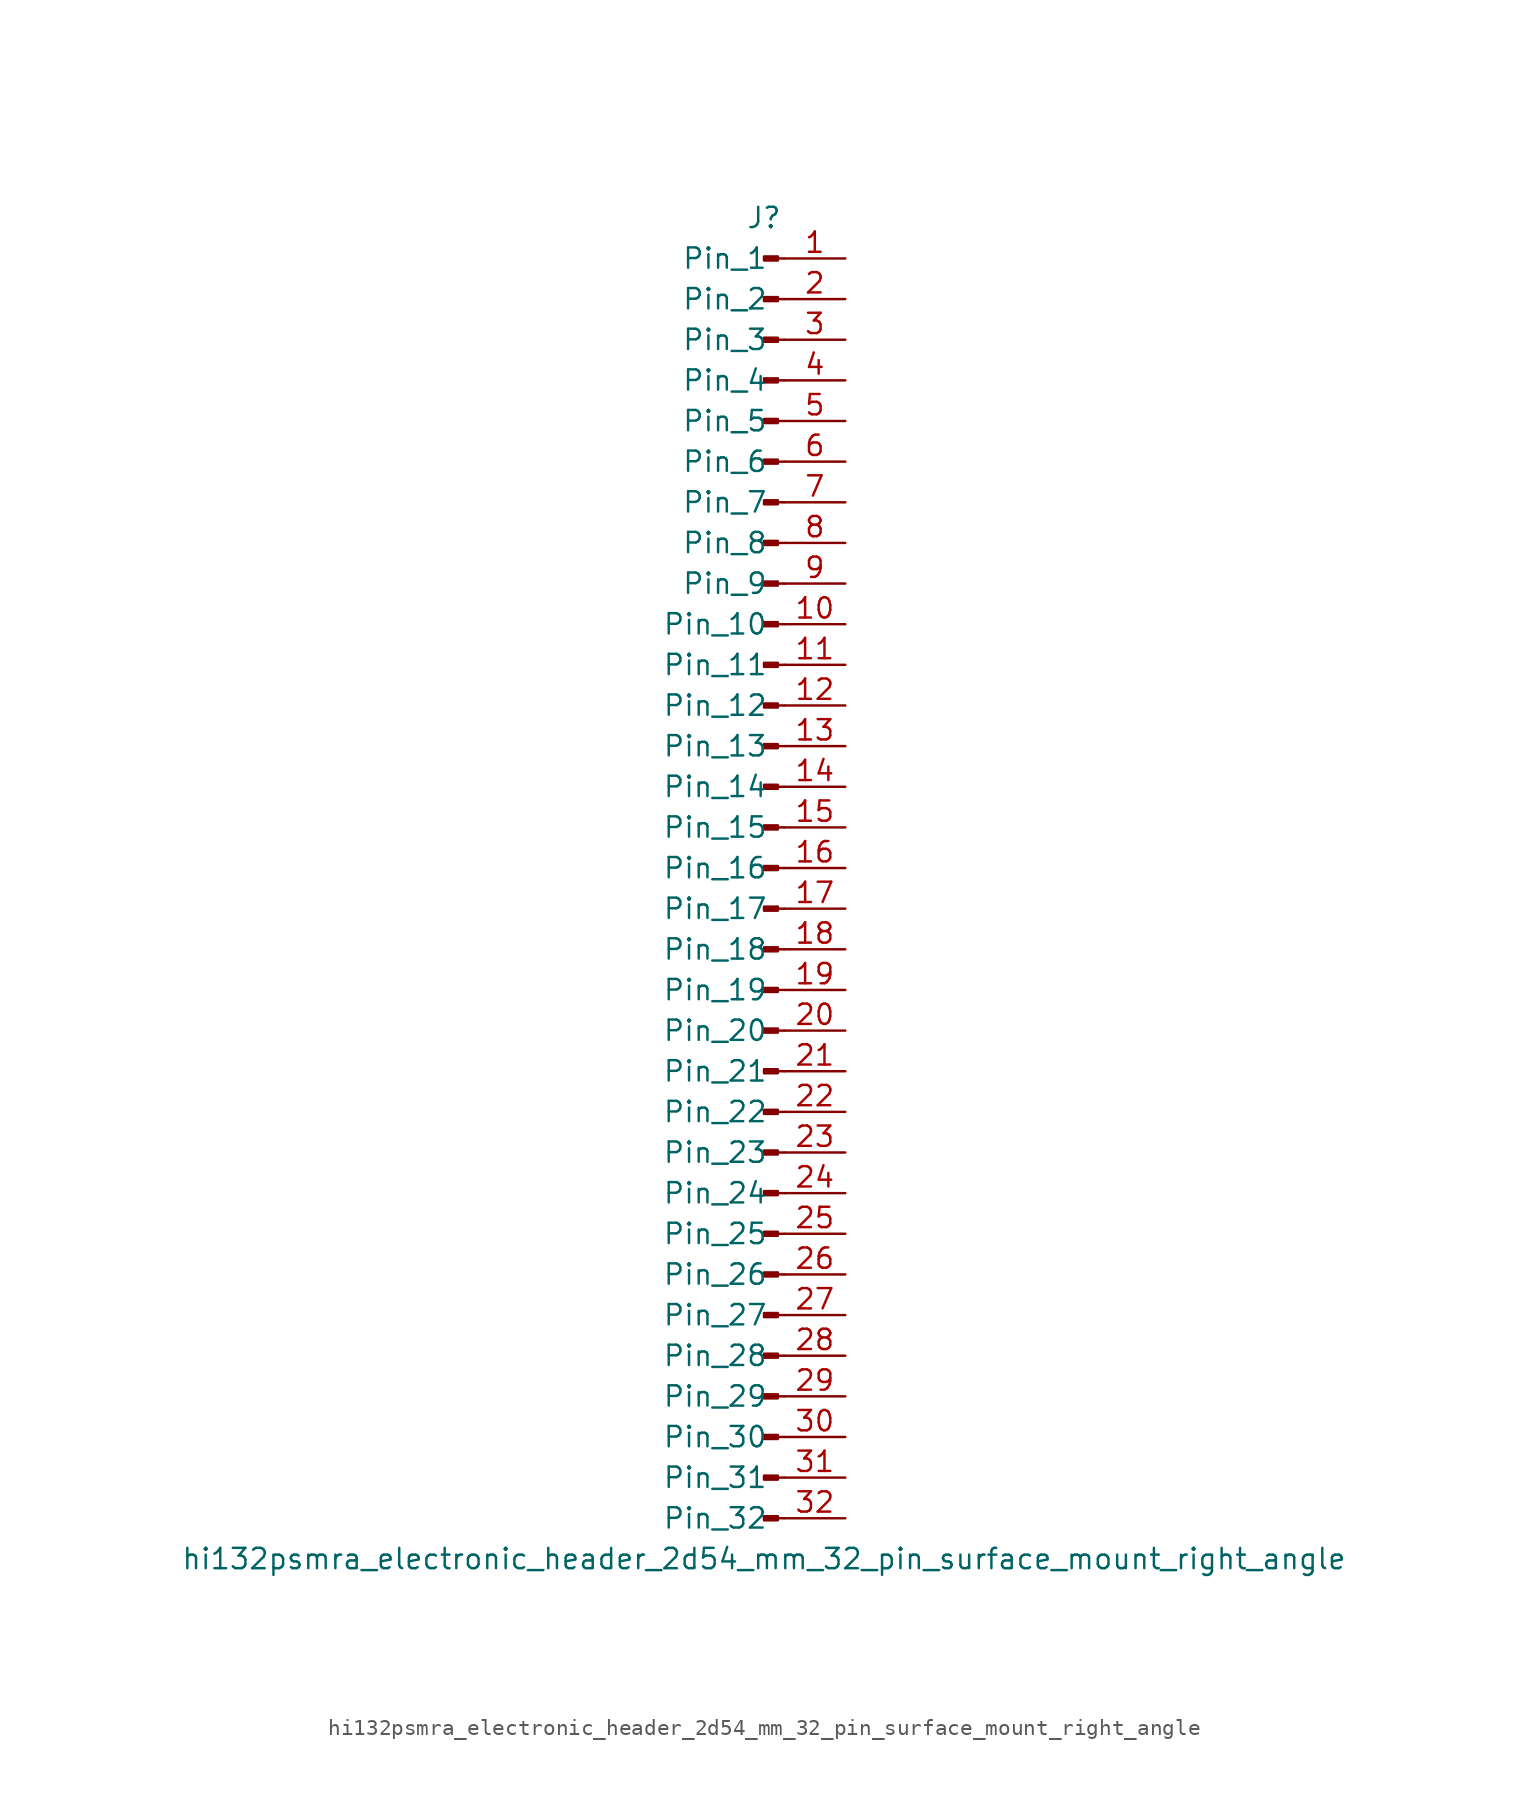
<source format=kicad_sym>
(kicad_symbol_lib
  (version 20220914)
  (generator kicad_symbol_editor)
  (symbol "hi132psmra_electronic_header_2d54_mm_32_pin_surface_mount_right_angle"
    (pin_names
      (offset 1.016))
    (property "Reference" "J"
      (at 0 40.64 0)
      (effects (font (size 1.27 1.27))))
    (property "Value" "hi132psmra_electronic_header_2d54_mm_32_pin_surface_mount_right_angle"
      (at 0 -43.18 0)
      (effects (font (size 1.27 1.27))))
    (property "ki_locked" ""
      (at 0 0 0)
      (effects (font (size 1.27 1.27))))
    (symbol "hi132psmra_electronic_header_2d54_mm_32_pin_surface_mount_right_angle_1_1"
      (polyline (pts (xy 1.27 -40.64) (xy 0.864 -40.64)) (stroke (width 0.152) (type default)) (fill (type none)))
      (polyline (pts (xy 1.27 -38.1) (xy 0.864 -38.1)) (stroke (width 0.152) (type default)) (fill (type none)))
      (polyline (pts (xy 1.27 -35.56) (xy 0.864 -35.56)) (stroke (width 0.152) (type default)) (fill (type none)))
      (polyline (pts (xy 1.27 -33.02) (xy 0.864 -33.02)) (stroke (width 0.152) (type default)) (fill (type none)))
      (polyline (pts (xy 1.27 -30.48) (xy 0.864 -30.48)) (stroke (width 0.152) (type default)) (fill (type none)))
      (polyline (pts (xy 1.27 -27.94) (xy 0.864 -27.94)) (stroke (width 0.152) (type default)) (fill (type none)))
      (polyline (pts (xy 1.27 -25.4) (xy 0.864 -25.4)) (stroke (width 0.152) (type default)) (fill (type none)))
      (polyline (pts (xy 1.27 -22.86) (xy 0.864 -22.86)) (stroke (width 0.152) (type default)) (fill (type none)))
      (polyline (pts (xy 1.27 -20.32) (xy 0.864 -20.32)) (stroke (width 0.152) (type default)) (fill (type none)))
      (polyline (pts (xy 1.27 -17.78) (xy 0.864 -17.78)) (stroke (width 0.152) (type default)) (fill (type none)))
      (polyline (pts (xy 1.27 -15.24) (xy 0.864 -15.24)) (stroke (width 0.152) (type default)) (fill (type none)))
      (polyline (pts (xy 1.27 -12.7) (xy 0.864 -12.7)) (stroke (width 0.152) (type default)) (fill (type none)))
      (polyline (pts (xy 1.27 -10.16) (xy 0.864 -10.16)) (stroke (width 0.152) (type default)) (fill (type none)))
      (polyline (pts (xy 1.27 -7.62) (xy 0.864 -7.62)) (stroke (width 0.152) (type default)) (fill (type none)))
      (polyline (pts (xy 1.27 -5.08) (xy 0.864 -5.08)) (stroke (width 0.152) (type default)) (fill (type none)))
      (polyline (pts (xy 1.27 -2.54) (xy 0.864 -2.54)) (stroke (width 0.152) (type default)) (fill (type none)))
      (polyline (pts (xy 1.27 0) (xy 0.864 0)) (stroke (width 0.152) (type default)) (fill (type none)))
      (polyline (pts (xy 1.27 2.54) (xy 0.864 2.54)) (stroke (width 0.152) (type default)) (fill (type none)))
      (polyline (pts (xy 1.27 5.08) (xy 0.864 5.08)) (stroke (width 0.152) (type default)) (fill (type none)))
      (polyline (pts (xy 1.27 7.62) (xy 0.864 7.62)) (stroke (width 0.152) (type default)) (fill (type none)))
      (polyline (pts (xy 1.27 10.16) (xy 0.864 10.16)) (stroke (width 0.152) (type default)) (fill (type none)))
      (polyline (pts (xy 1.27 12.7) (xy 0.864 12.7)) (stroke (width 0.152) (type default)) (fill (type none)))
      (polyline (pts (xy 1.27 15.24) (xy 0.864 15.24)) (stroke (width 0.152) (type default)) (fill (type none)))
      (polyline (pts (xy 1.27 17.78) (xy 0.864 17.78)) (stroke (width 0.152) (type default)) (fill (type none)))
      (polyline (pts (xy 1.27 20.32) (xy 0.864 20.32)) (stroke (width 0.152) (type default)) (fill (type none)))
      (polyline (pts (xy 1.27 22.86) (xy 0.864 22.86)) (stroke (width 0.152) (type default)) (fill (type none)))
      (polyline (pts (xy 1.27 25.4) (xy 0.864 25.4)) (stroke (width 0.152) (type default)) (fill (type none)))
      (polyline (pts (xy 1.27 27.94) (xy 0.864 27.94)) (stroke (width 0.152) (type default)) (fill (type none)))
      (polyline (pts (xy 1.27 30.48) (xy 0.864 30.48)) (stroke (width 0.152) (type default)) (fill (type none)))
      (polyline (pts (xy 1.27 33.02) (xy 0.864 33.02)) (stroke (width 0.152) (type default)) (fill (type none)))
      (polyline (pts (xy 1.27 35.56) (xy 0.864 35.56)) (stroke (width 0.152) (type default)) (fill (type none)))
      (polyline (pts (xy 1.27 38.1) (xy 0.864 38.1)) (stroke (width 0.152) (type default)) (fill (type none)))
      (rectangle (start 0.864 -40.513) (end 0 -40.767) (stroke (width 0.152) (type default)) (fill (type outline)))
      (rectangle (start 0.864 -37.973) (end 0 -38.227) (stroke (width 0.152) (type default)) (fill (type outline)))
      (rectangle (start 0.864 -35.433) (end 0 -35.687) (stroke (width 0.152) (type default)) (fill (type outline)))
      (rectangle (start 0.864 -32.893) (end 0 -33.147) (stroke (width 0.152) (type default)) (fill (type outline)))
      (rectangle (start 0.864 -30.353) (end 0 -30.607) (stroke (width 0.152) (type default)) (fill (type outline)))
      (rectangle (start 0.864 -27.813) (end 0 -28.067) (stroke (width 0.152) (type default)) (fill (type outline)))
      (rectangle (start 0.864 -25.273) (end 0 -25.527) (stroke (width 0.152) (type default)) (fill (type outline)))
      (rectangle (start 0.864 -22.733) (end 0 -22.987) (stroke (width 0.152) (type default)) (fill (type outline)))
      (rectangle (start 0.864 -20.193) (end 0 -20.447) (stroke (width 0.152) (type default)) (fill (type outline)))
      (rectangle (start 0.864 -17.653) (end 0 -17.907) (stroke (width 0.152) (type default)) (fill (type outline)))
      (rectangle (start 0.864 -15.113) (end 0 -15.367) (stroke (width 0.152) (type default)) (fill (type outline)))
      (rectangle (start 0.864 -12.573) (end 0 -12.827) (stroke (width 0.152) (type default)) (fill (type outline)))
      (rectangle (start 0.864 -10.033) (end 0 -10.287) (stroke (width 0.152) (type default)) (fill (type outline)))
      (rectangle (start 0.864 -7.493) (end 0 -7.747) (stroke (width 0.152) (type default)) (fill (type outline)))
      (rectangle (start 0.864 -4.953) (end 0 -5.207) (stroke (width 0.152) (type default)) (fill (type outline)))
      (rectangle (start 0.864 -2.413) (end 0 -2.667) (stroke (width 0.152) (type default)) (fill (type outline)))
      (rectangle (start 0.864 0.127) (end 0 -0.127) (stroke (width 0.152) (type default)) (fill (type outline)))
      (rectangle (start 0.864 2.667) (end 0 2.413) (stroke (width 0.152) (type default)) (fill (type outline)))
      (rectangle (start 0.864 5.207) (end 0 4.953) (stroke (width 0.152) (type default)) (fill (type outline)))
      (rectangle (start 0.864 7.747) (end 0 7.493) (stroke (width 0.152) (type default)) (fill (type outline)))
      (rectangle (start 0.864 10.287) (end 0 10.033) (stroke (width 0.152) (type default)) (fill (type outline)))
      (rectangle (start 0.864 12.827) (end 0 12.573) (stroke (width 0.152) (type default)) (fill (type outline)))
      (rectangle (start 0.864 15.367) (end 0 15.113) (stroke (width 0.152) (type default)) (fill (type outline)))
      (rectangle (start 0.864 17.907) (end 0 17.653) (stroke (width 0.152) (type default)) (fill (type outline)))
      (rectangle (start 0.864 20.447) (end 0 20.193) (stroke (width 0.152) (type default)) (fill (type outline)))
      (rectangle (start 0.864 22.987) (end 0 22.733) (stroke (width 0.152) (type default)) (fill (type outline)))
      (rectangle (start 0.864 25.527) (end 0 25.273) (stroke (width 0.152) (type default)) (fill (type outline)))
      (rectangle (start 0.864 28.067) (end 0 27.813) (stroke (width 0.152) (type default)) (fill (type outline)))
      (rectangle (start 0.864 30.607) (end 0 30.353) (stroke (width 0.152) (type default)) (fill (type outline)))
      (rectangle (start 0.864 33.147) (end 0 32.893) (stroke (width 0.152) (type default)) (fill (type outline)))
      (rectangle (start 0.864 35.687) (end 0 35.433) (stroke (width 0.152) (type default)) (fill (type outline)))
      (rectangle (start 0.864 38.227) (end 0 37.973) (stroke (width 0.152) (type default)) (fill (type outline)))
      (pin passive line (at 5.08 38.1 180) (length 3.81) (name "Pin_1" (effects (font (size 1.27 1.27)))) (number "1" (effects (font (size 1.27 1.27)))))
      (pin passive line (at 5.08 15.24 180) (length 3.81) (name "Pin_10" (effects (font (size 1.27 1.27)))) (number "10" (effects (font (size 1.27 1.27)))))
      (pin passive line (at 5.08 12.7 180) (length 3.81) (name "Pin_11" (effects (font (size 1.27 1.27)))) (number "11" (effects (font (size 1.27 1.27)))))
      (pin passive line (at 5.08 10.16 180) (length 3.81) (name "Pin_12" (effects (font (size 1.27 1.27)))) (number "12" (effects (font (size 1.27 1.27)))))
      (pin passive line (at 5.08 7.62 180) (length 3.81) (name "Pin_13" (effects (font (size 1.27 1.27)))) (number "13" (effects (font (size 1.27 1.27)))))
      (pin passive line (at 5.08 5.08 180) (length 3.81) (name "Pin_14" (effects (font (size 1.27 1.27)))) (number "14" (effects (font (size 1.27 1.27)))))
      (pin passive line (at 5.08 2.54 180) (length 3.81) (name "Pin_15" (effects (font (size 1.27 1.27)))) (number "15" (effects (font (size 1.27 1.27)))))
      (pin passive line (at 5.08 0 180) (length 3.81) (name "Pin_16" (effects (font (size 1.27 1.27)))) (number "16" (effects (font (size 1.27 1.27)))))
      (pin passive line (at 5.08 -2.54 180) (length 3.81) (name "Pin_17" (effects (font (size 1.27 1.27)))) (number "17" (effects (font (size 1.27 1.27)))))
      (pin passive line (at 5.08 -5.08 180) (length 3.81) (name "Pin_18" (effects (font (size 1.27 1.27)))) (number "18" (effects (font (size 1.27 1.27)))))
      (pin passive line (at 5.08 -7.62 180) (length 3.81) (name "Pin_19" (effects (font (size 1.27 1.27)))) (number "19" (effects (font (size 1.27 1.27)))))
      (pin passive line (at 5.08 35.56 180) (length 3.81) (name "Pin_2" (effects (font (size 1.27 1.27)))) (number "2" (effects (font (size 1.27 1.27)))))
      (pin passive line (at 5.08 -10.16 180) (length 3.81) (name "Pin_20" (effects (font (size 1.27 1.27)))) (number "20" (effects (font (size 1.27 1.27)))))
      (pin passive line (at 5.08 -12.7 180) (length 3.81) (name "Pin_21" (effects (font (size 1.27 1.27)))) (number "21" (effects (font (size 1.27 1.27)))))
      (pin passive line (at 5.08 -15.24 180) (length 3.81) (name "Pin_22" (effects (font (size 1.27 1.27)))) (number "22" (effects (font (size 1.27 1.27)))))
      (pin passive line (at 5.08 -17.78 180) (length 3.81) (name "Pin_23" (effects (font (size 1.27 1.27)))) (number "23" (effects (font (size 1.27 1.27)))))
      (pin passive line (at 5.08 -20.32 180) (length 3.81) (name "Pin_24" (effects (font (size 1.27 1.27)))) (number "24" (effects (font (size 1.27 1.27)))))
      (pin passive line (at 5.08 -22.86 180) (length 3.81) (name "Pin_25" (effects (font (size 1.27 1.27)))) (number "25" (effects (font (size 1.27 1.27)))))
      (pin passive line (at 5.08 -25.4 180) (length 3.81) (name "Pin_26" (effects (font (size 1.27 1.27)))) (number "26" (effects (font (size 1.27 1.27)))))
      (pin passive line (at 5.08 -27.94 180) (length 3.81) (name "Pin_27" (effects (font (size 1.27 1.27)))) (number "27" (effects (font (size 1.27 1.27)))))
      (pin passive line (at 5.08 -30.48 180) (length 3.81) (name "Pin_28" (effects (font (size 1.27 1.27)))) (number "28" (effects (font (size 1.27 1.27)))))
      (pin passive line (at 5.08 -33.02 180) (length 3.81) (name "Pin_29" (effects (font (size 1.27 1.27)))) (number "29" (effects (font (size 1.27 1.27)))))
      (pin passive line (at 5.08 33.02 180) (length 3.81) (name "Pin_3" (effects (font (size 1.27 1.27)))) (number "3" (effects (font (size 1.27 1.27)))))
      (pin passive line (at 5.08 -35.56 180) (length 3.81) (name "Pin_30" (effects (font (size 1.27 1.27)))) (number "30" (effects (font (size 1.27 1.27)))))
      (pin passive line (at 5.08 -38.1 180) (length 3.81) (name "Pin_31" (effects (font (size 1.27 1.27)))) (number "31" (effects (font (size 1.27 1.27)))))
      (pin passive line (at 5.08 -40.64 180) (length 3.81) (name "Pin_32" (effects (font (size 1.27 1.27)))) (number "32" (effects (font (size 1.27 1.27)))))
      (pin passive line (at 5.08 30.48 180) (length 3.81) (name "Pin_4" (effects (font (size 1.27 1.27)))) (number "4" (effects (font (size 1.27 1.27)))))
      (pin passive line (at 5.08 27.94 180) (length 3.81) (name "Pin_5" (effects (font (size 1.27 1.27)))) (number "5" (effects (font (size 1.27 1.27)))))
      (pin passive line (at 5.08 25.4 180) (length 3.81) (name "Pin_6" (effects (font (size 1.27 1.27)))) (number "6" (effects (font (size 1.27 1.27)))))
      (pin passive line (at 5.08 22.86 180) (length 3.81) (name "Pin_7" (effects (font (size 1.27 1.27)))) (number "7" (effects (font (size 1.27 1.27)))))
      (pin passive line (at 5.08 20.32 180) (length 3.81) (name "Pin_8" (effects (font (size 1.27 1.27)))) (number "8" (effects (font (size 1.27 1.27)))))
      (pin passive line (at 5.08 17.78 180) (length 3.81) (name "Pin_9" (effects (font (size 1.27 1.27)))) (number "9" (effects (font (size 1.27 1.27))))))))
</source>
